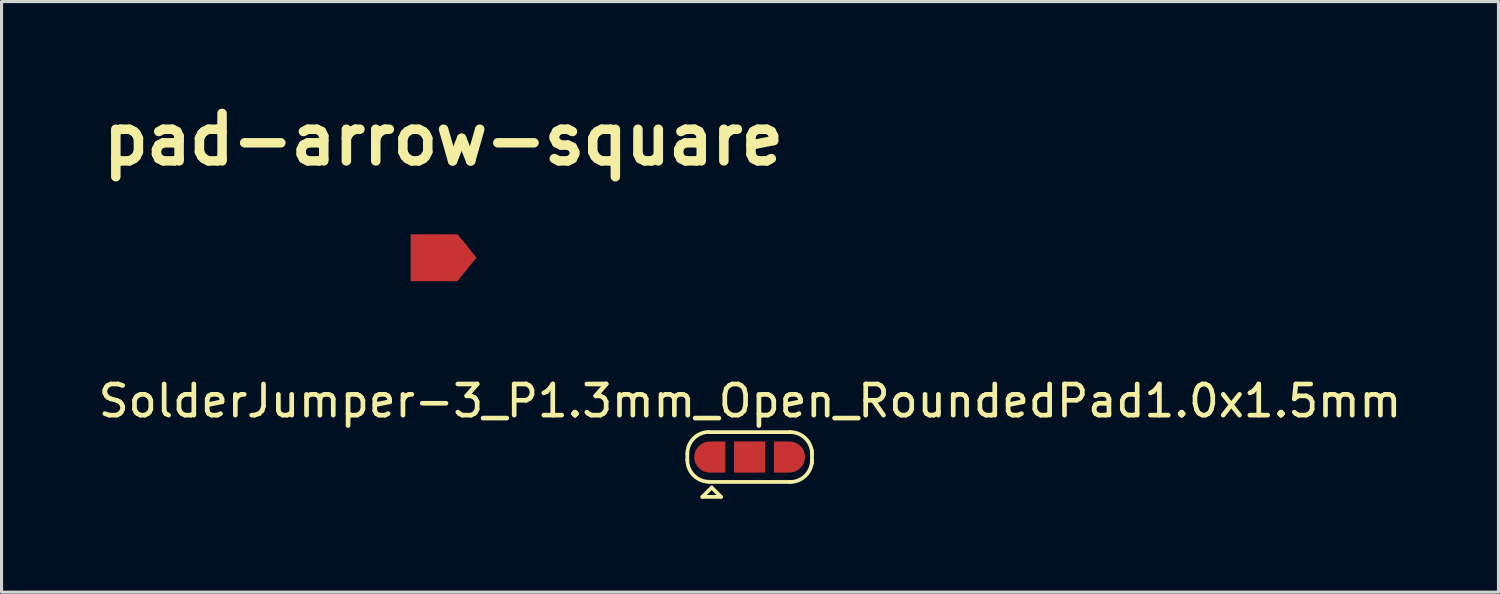
<source format=kicad_pcb>
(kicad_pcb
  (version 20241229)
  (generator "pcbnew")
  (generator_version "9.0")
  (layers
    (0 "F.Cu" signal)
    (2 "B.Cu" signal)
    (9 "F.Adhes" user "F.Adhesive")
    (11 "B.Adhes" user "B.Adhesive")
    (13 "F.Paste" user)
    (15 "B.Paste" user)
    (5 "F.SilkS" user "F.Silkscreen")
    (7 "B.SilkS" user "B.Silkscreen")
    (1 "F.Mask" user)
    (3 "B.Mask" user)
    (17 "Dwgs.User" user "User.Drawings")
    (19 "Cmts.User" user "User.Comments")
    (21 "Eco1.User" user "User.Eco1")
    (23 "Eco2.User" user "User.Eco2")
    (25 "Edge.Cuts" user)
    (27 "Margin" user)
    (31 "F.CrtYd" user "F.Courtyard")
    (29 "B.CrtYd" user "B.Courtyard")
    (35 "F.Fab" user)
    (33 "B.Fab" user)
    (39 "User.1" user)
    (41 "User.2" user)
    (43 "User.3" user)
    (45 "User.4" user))
  (footprint "pad-arrow-square"
    (layer "F.Cu")
    (at 11.191 5.224)
    (property "Reference" "pad-arrow-square" (at 0 -3.798 0) (layer "F.SilkS") (effects (font (size 1.524 1.524) (thickness 0.305))))
    (attr through_hole)
    (fp_poly (pts (xy -1.054 0.75) (xy -1.054 -0.75) (xy 0.445 -0.75) (xy 0.754 -0.379) (xy 1.054 0) (xy 0.754 0.37) (xy 0.445 0.75) (xy -1.054 0.75)) (stroke (width 0.003) (type solid)) (fill yes) (layer "F.Cu"))
    (fp_poly (pts (xy -1.054 0.75) (xy -1.054 -0.75) (xy 0.445 -0.75) (xy 0.754 -0.379) (xy 1.054 0) (xy 0.754 0.37) (xy 0.445 0.75) (xy -1.054 0.75)) (stroke (width 0.003) (type solid)) (fill yes) (layer "F.Mask")))
  (footprint "SolderJumper-3_P1.3mm_Open_RoundedPad1.0x1.5mm"
    (layer "F.Cu")
    (at 21.017 11.623)
    (property "Reference" "SolderJumper-3_P1.3mm_Open_RoundedPad1.0x1.5mm" (at 0.013 -1.8 0) (layer "F.SilkS") (effects (font (size 1 1) (thickness 0.15))))
    (attr exclude_from_pos_files exclude_from_bom)
    (fp_line (start -2 0.095) (end -2 -0.105) (stroke (width 0.12) (type solid)) (layer "F.SilkS"))
    (fp_line (start -1.518 1.279) (end -0.918 1.279) (stroke (width 0.12) (type solid)) (layer "F.SilkS"))
    (fp_line (start -1.3 -0.8) (end 1.3 -0.8) (stroke (width 0.12) (type solid)) (layer "F.SilkS"))
    (fp_line (start -1.218 0.979) (end -1.518 1.279) (stroke (width 0.12) (type solid)) (layer "F.SilkS"))
    (fp_line (start -1.218 0.979) (end -0.918 1.279) (stroke (width 0.12) (type solid)) (layer "F.SilkS"))
    (fp_line (start 1.3 0.8) (end -1.3 0.8) (stroke (width 0.12) (type solid)) (layer "F.SilkS"))
    (fp_line (start 2.002 -0.2) (end 2.002 0.2) (stroke (width 0.12) (type solid)) (layer "F.SilkS"))
    (fp_arc (start -1.99986 -0.10508) (mid -1.794835 -0.600055) (end -1.29986 -0.80508) (stroke (width 0.12) (type solid)) (layer "F.SilkS"))
    (fp_arc (start -1.29986 0.79492) (mid -1.794835 0.589895) (end -1.99986 0.09492) (stroke (width 0.12) (type solid)) (layer "F.SilkS"))
    (fp_arc (start 1.3024 -0.8) (mid 1.797375 -0.594975) (end 2.0024 -0.1) (stroke (width 0.12) (type solid)) (layer "F.SilkS"))
    (fp_arc (start 2.0024 0.1) (mid 1.797375 0.594975) (end 1.3024 0.8) (stroke (width 0.12) (type solid)) (layer "F.SilkS"))
    (pad "1" smd custom (at -1.28 0) (size 0.5 0.5) (layers "F.Cu" "F.Mask") (options (anchor rect)) (primitives (gr_circle (center 0 0) (end 0.5 0) (width 0) (fill yes)) (gr_poly (pts (xy 0.5 -0.5) (xy 0 -0.5) (xy 0 0.5) (xy 0.5 0.5)) (width 0) (fill yes))))
    (pad "2" smd rect (at 0 0) (size 1 1) (layers "F.Cu" "F.Mask"))
    (pad "3" smd custom (at 1.28 0) (size 0.5 0.5) (layers "F.Cu" "F.Mask") (options (anchor rect)) (primitives (gr_circle (center 0 0) (end 0.5 0) (width 0) (fill yes)) (gr_poly (pts (xy -0.5 -0.5) (xy 0 -0.5) (xy 0 0.5) (xy -0.5 0.5)) (width 0) (fill yes)))))
  (gr_rect
    (start -3 -3)
    (end 45.06 15.962)
    (stroke (width 0.1) (type default))
    (fill no)
    (layer "Edge.Cuts")))
</source>
